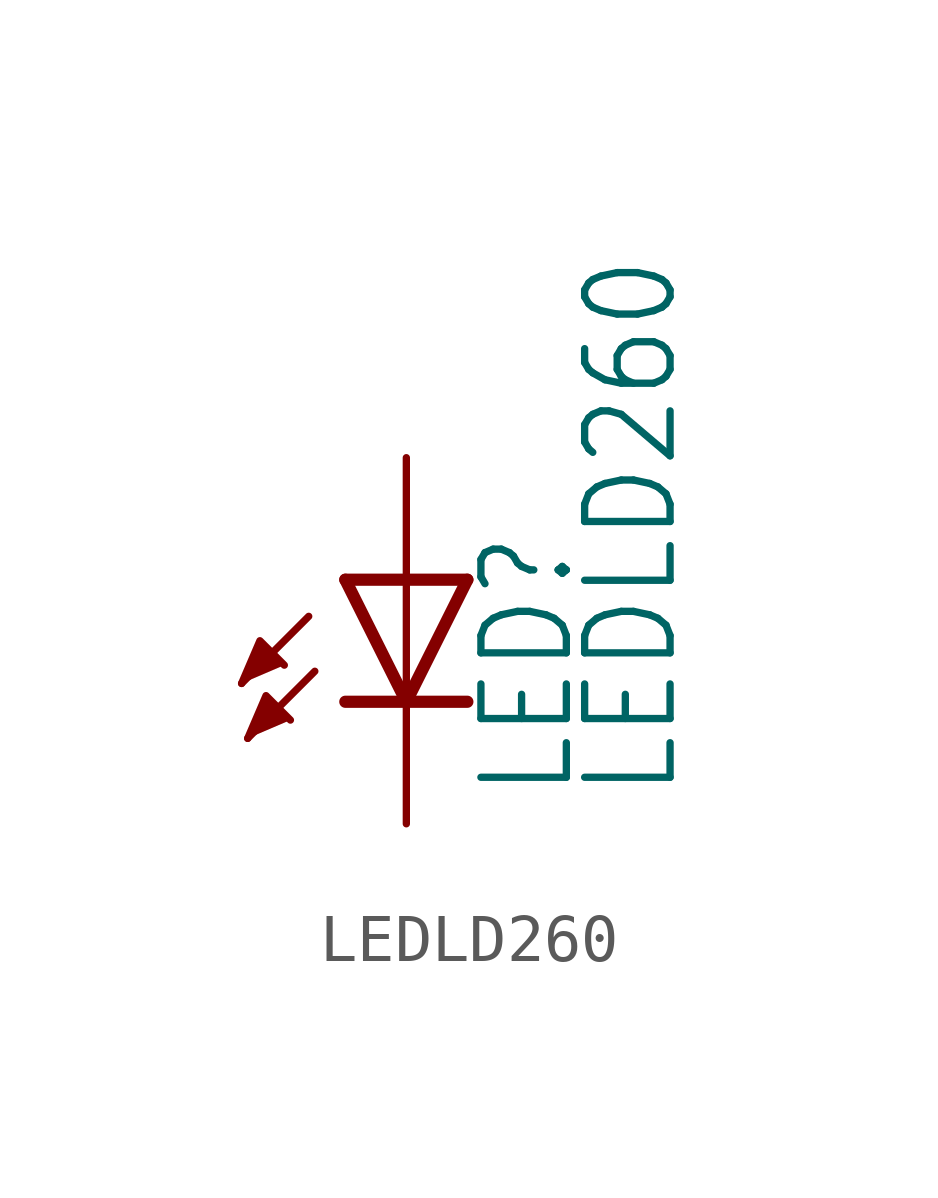
<source format=kicad_sym>
(kicad_symbol_lib
  (version 20211014)
  (generator kicad_symbol_editor)
  (symbol "LEDLD260"
    (property "Reference" "LED"
      (at 3.556 -4.572 90)
      (effects (font (size 1.778 1.511)) (justify left bottom)))
    (property "Value" "LEDLD260"
      (at 5.715 -4.572 90)
      (effects (font (size 1.778 1.511)) (justify left bottom)))
    (property "ki_locked" ""
      (at 0 0 0)
      (effects (font (size 1.27 1.27))))
    (symbol "LEDLD260_1_0"
      (polyline (pts (xy -2.032 -0.762) (xy -3.429 -2.159)) (stroke (width 0.152) (type default) (color 0 0 0 0)) (fill (type none)))
      (polyline (pts (xy -1.905 -1.905) (xy -3.302 -3.302)) (stroke (width 0.152) (type default) (color 0 0 0 0)) (fill (type none)))
      (polyline (pts (xy 0 -2.54) (xy -1.27 -2.54)) (stroke (width 0.254) (type default) (color 0 0 0 0)) (fill (type none)))
      (polyline (pts (xy 0 -2.54) (xy -1.27 0)) (stroke (width 0.254) (type default) (color 0 0 0 0)) (fill (type none)))
      (polyline (pts (xy 0 0) (xy -1.27 0)) (stroke (width 0.254) (type default) (color 0 0 0 0)) (fill (type none)))
      (polyline (pts (xy 0 0) (xy 0 -2.54)) (stroke (width 0.152) (type default) (color 0 0 0 0)) (fill (type none)))
      (polyline (pts (xy 1.27 -2.54) (xy 0 -2.54)) (stroke (width 0.254) (type default) (color 0 0 0 0)) (fill (type none)))
      (polyline (pts (xy 1.27 0) (xy 0 -2.54)) (stroke (width 0.254) (type default) (color 0 0 0 0)) (fill (type none)))
      (polyline (pts (xy 1.27 0) (xy 0 0)) (stroke (width 0.254) (type default) (color 0 0 0 0)) (fill (type none)))
      (polyline (pts (xy -3.429 -2.159) (xy -3.048 -1.27) (xy -2.54 -1.778)) (stroke (width 0) (type default) (color 0 0 0 0)) (fill (type outline)))
      (polyline (pts (xy -3.302 -3.302) (xy -2.921 -2.413) (xy -2.413 -2.921)) (stroke (width 0) (type default) (color 0 0 0 0)) (fill (type outline)))
      (pin passive line (at 0 2.54 270) (length 2.54) (name "A" (effects (font (size 0 0)))) (number "A" (effects (font (size 0 0)))))
      (pin passive line (at 0 -5.08 90) (length 2.54) (name "C" (effects (font (size 0 0)))) (number "K" (effects (font (size 0 0))))))))
</source>
